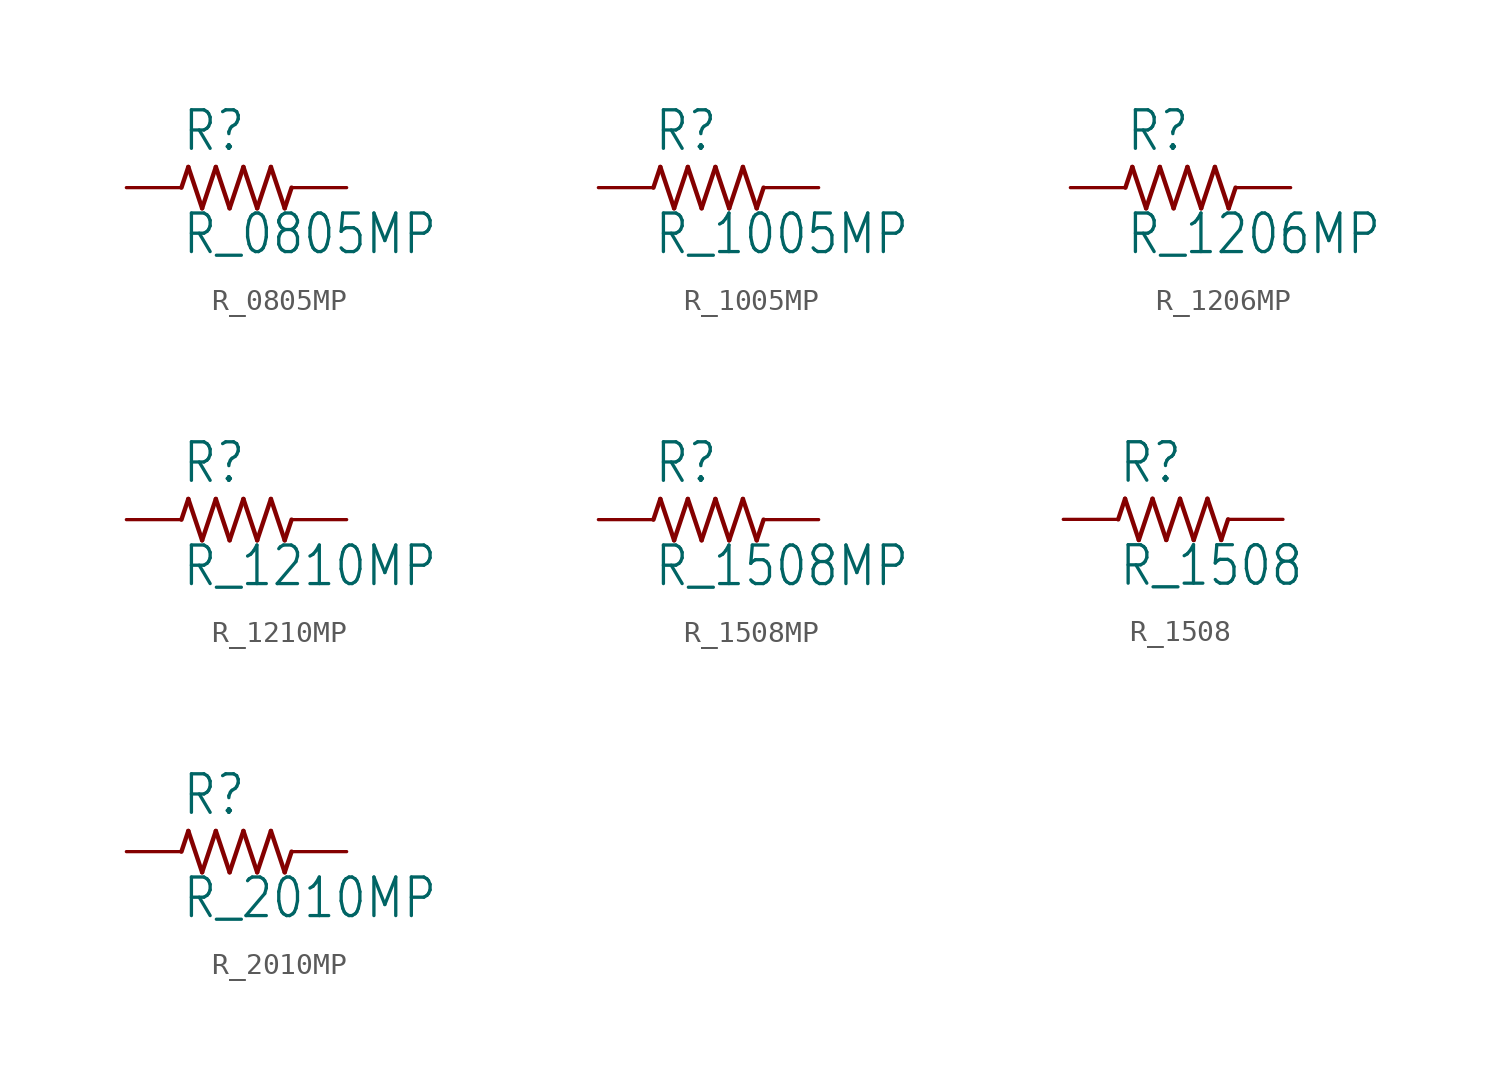
<source format=kicad_sym>
(kicad_symbol_lib
  (version 20211014)
  (generator kicad_symbol_editor)
  (symbol "R_0805MP"
    (property "Reference" "R"
      (at -2.54 1.587 0)
      (effects (font (size 1.778 1.511)) (justify left bottom)))
    (property "Value" "R_0805MP"
      (at -2.54 -3.175 0)
      (effects (font (size 1.778 1.511)) (justify left bottom)))
    (property "ki_locked" ""
      (at 0 0 0)
      (effects (font (size 1.27 1.27))))
    (symbol "R_0805MP_1_0"
      (polyline (pts (xy -2.54 0) (xy -2.223 0.953)) (stroke (width 0.203) (type default) (color 0 0 0 0)) (fill (type none)))
      (polyline (pts (xy -2.223 0.953) (xy -1.587 -0.953)) (stroke (width 0.203) (type default) (color 0 0 0 0)) (fill (type none)))
      (polyline (pts (xy -1.587 -0.953) (xy -0.953 0.953)) (stroke (width 0.203) (type default) (color 0 0 0 0)) (fill (type none)))
      (polyline (pts (xy -0.953 0.953) (xy -0.318 -0.953)) (stroke (width 0.203) (type default) (color 0 0 0 0)) (fill (type none)))
      (polyline (pts (xy -0.318 -0.953) (xy 0.318 0.953)) (stroke (width 0.203) (type default) (color 0 0 0 0)) (fill (type none)))
      (polyline (pts (xy 0.318 0.953) (xy 0.953 -0.953)) (stroke (width 0.203) (type default) (color 0 0 0 0)) (fill (type none)))
      (polyline (pts (xy 0.953 -0.953) (xy 1.587 0.953)) (stroke (width 0.203) (type default) (color 0 0 0 0)) (fill (type none)))
      (polyline (pts (xy 1.587 0.953) (xy 2.223 -0.953)) (stroke (width 0.203) (type default) (color 0 0 0 0)) (fill (type none)))
      (polyline (pts (xy 2.223 -0.953) (xy 2.54 0)) (stroke (width 0.203) (type default) (color 0 0 0 0)) (fill (type none)))
      (pin passive line (at -5.08 0 0) (length 2.54) (name "1" (effects (font (size 0 0)))) (number "1" (effects (font (size 0 0)))))
      (pin passive line (at 5.08 0 180) (length 2.54) (name "2" (effects (font (size 0 0)))) (number "2" (effects (font (size 0 0)))))))
  (symbol "R_1005MP"
    (property "Reference" "R"
      (at -2.54 1.587 0)
      (effects (font (size 1.778 1.511)) (justify left bottom)))
    (property "Value" "R_1005MP"
      (at -2.54 -3.175 0)
      (effects (font (size 1.778 1.511)) (justify left bottom)))
    (property "ki_locked" ""
      (at 0 0 0)
      (effects (font (size 1.27 1.27))))
    (symbol "R_1005MP_1_0"
      (polyline (pts (xy -2.54 0) (xy -2.223 0.953)) (stroke (width 0.203) (type default) (color 0 0 0 0)) (fill (type none)))
      (polyline (pts (xy -2.223 0.953) (xy -1.587 -0.953)) (stroke (width 0.203) (type default) (color 0 0 0 0)) (fill (type none)))
      (polyline (pts (xy -1.587 -0.953) (xy -0.953 0.953)) (stroke (width 0.203) (type default) (color 0 0 0 0)) (fill (type none)))
      (polyline (pts (xy -0.953 0.953) (xy -0.318 -0.953)) (stroke (width 0.203) (type default) (color 0 0 0 0)) (fill (type none)))
      (polyline (pts (xy -0.318 -0.953) (xy 0.318 0.953)) (stroke (width 0.203) (type default) (color 0 0 0 0)) (fill (type none)))
      (polyline (pts (xy 0.318 0.953) (xy 0.953 -0.953)) (stroke (width 0.203) (type default) (color 0 0 0 0)) (fill (type none)))
      (polyline (pts (xy 0.953 -0.953) (xy 1.587 0.953)) (stroke (width 0.203) (type default) (color 0 0 0 0)) (fill (type none)))
      (polyline (pts (xy 1.587 0.953) (xy 2.223 -0.953)) (stroke (width 0.203) (type default) (color 0 0 0 0)) (fill (type none)))
      (polyline (pts (xy 2.223 -0.953) (xy 2.54 0)) (stroke (width 0.203) (type default) (color 0 0 0 0)) (fill (type none)))
      (pin passive line (at -5.08 0 0) (length 2.54) (name "1" (effects (font (size 0 0)))) (number "1" (effects (font (size 0 0)))))
      (pin passive line (at 5.08 0 180) (length 2.54) (name "2" (effects (font (size 0 0)))) (number "2" (effects (font (size 0 0)))))))
  (symbol "R_1206MP"
    (property "Reference" "R"
      (at -2.54 1.587 0)
      (effects (font (size 1.778 1.511)) (justify left bottom)))
    (property "Value" "R_1206MP"
      (at -2.54 -3.175 0)
      (effects (font (size 1.778 1.511)) (justify left bottom)))
    (property "ki_locked" ""
      (at 0 0 0)
      (effects (font (size 1.27 1.27))))
    (symbol "R_1206MP_1_0"
      (polyline (pts (xy -2.54 0) (xy -2.223 0.953)) (stroke (width 0.203) (type default) (color 0 0 0 0)) (fill (type none)))
      (polyline (pts (xy -2.223 0.953) (xy -1.587 -0.953)) (stroke (width 0.203) (type default) (color 0 0 0 0)) (fill (type none)))
      (polyline (pts (xy -1.587 -0.953) (xy -0.953 0.953)) (stroke (width 0.203) (type default) (color 0 0 0 0)) (fill (type none)))
      (polyline (pts (xy -0.953 0.953) (xy -0.318 -0.953)) (stroke (width 0.203) (type default) (color 0 0 0 0)) (fill (type none)))
      (polyline (pts (xy -0.318 -0.953) (xy 0.318 0.953)) (stroke (width 0.203) (type default) (color 0 0 0 0)) (fill (type none)))
      (polyline (pts (xy 0.318 0.953) (xy 0.953 -0.953)) (stroke (width 0.203) (type default) (color 0 0 0 0)) (fill (type none)))
      (polyline (pts (xy 0.953 -0.953) (xy 1.587 0.953)) (stroke (width 0.203) (type default) (color 0 0 0 0)) (fill (type none)))
      (polyline (pts (xy 1.587 0.953) (xy 2.223 -0.953)) (stroke (width 0.203) (type default) (color 0 0 0 0)) (fill (type none)))
      (polyline (pts (xy 2.223 -0.953) (xy 2.54 0)) (stroke (width 0.203) (type default) (color 0 0 0 0)) (fill (type none)))
      (pin passive line (at -5.08 0 0) (length 2.54) (name "1" (effects (font (size 0 0)))) (number "1" (effects (font (size 0 0)))))
      (pin passive line (at 5.08 0 180) (length 2.54) (name "2" (effects (font (size 0 0)))) (number "2" (effects (font (size 0 0)))))))
  (symbol "R_1210MP"
    (property "Reference" "R"
      (at -2.54 1.587 0)
      (effects (font (size 1.778 1.511)) (justify left bottom)))
    (property "Value" "R_1210MP"
      (at -2.54 -3.175 0)
      (effects (font (size 1.778 1.511)) (justify left bottom)))
    (property "ki_locked" ""
      (at 0 0 0)
      (effects (font (size 1.27 1.27))))
    (symbol "R_1210MP_1_0"
      (polyline (pts (xy -2.54 0) (xy -2.223 0.953)) (stroke (width 0.203) (type default) (color 0 0 0 0)) (fill (type none)))
      (polyline (pts (xy -2.223 0.953) (xy -1.587 -0.953)) (stroke (width 0.203) (type default) (color 0 0 0 0)) (fill (type none)))
      (polyline (pts (xy -1.587 -0.953) (xy -0.953 0.953)) (stroke (width 0.203) (type default) (color 0 0 0 0)) (fill (type none)))
      (polyline (pts (xy -0.953 0.953) (xy -0.318 -0.953)) (stroke (width 0.203) (type default) (color 0 0 0 0)) (fill (type none)))
      (polyline (pts (xy -0.318 -0.953) (xy 0.318 0.953)) (stroke (width 0.203) (type default) (color 0 0 0 0)) (fill (type none)))
      (polyline (pts (xy 0.318 0.953) (xy 0.953 -0.953)) (stroke (width 0.203) (type default) (color 0 0 0 0)) (fill (type none)))
      (polyline (pts (xy 0.953 -0.953) (xy 1.587 0.953)) (stroke (width 0.203) (type default) (color 0 0 0 0)) (fill (type none)))
      (polyline (pts (xy 1.587 0.953) (xy 2.223 -0.953)) (stroke (width 0.203) (type default) (color 0 0 0 0)) (fill (type none)))
      (polyline (pts (xy 2.223 -0.953) (xy 2.54 0)) (stroke (width 0.203) (type default) (color 0 0 0 0)) (fill (type none)))
      (pin passive line (at -5.08 0 0) (length 2.54) (name "1" (effects (font (size 0 0)))) (number "1" (effects (font (size 0 0)))))
      (pin passive line (at 5.08 0 180) (length 2.54) (name "2" (effects (font (size 0 0)))) (number "2" (effects (font (size 0 0)))))))
  (symbol "R_1508MP"
    (property "Reference" "R"
      (at -2.54 1.587 0)
      (effects (font (size 1.778 1.511)) (justify left bottom)))
    (property "Value" "R_1508MP"
      (at -2.54 -3.175 0)
      (effects (font (size 1.778 1.511)) (justify left bottom)))
    (property "ki_locked" ""
      (at 0 0 0)
      (effects (font (size 1.27 1.27))))
    (symbol "R_1508MP_1_0"
      (polyline (pts (xy -2.54 0) (xy -2.223 0.953)) (stroke (width 0.203) (type default) (color 0 0 0 0)) (fill (type none)))
      (polyline (pts (xy -2.223 0.953) (xy -1.587 -0.953)) (stroke (width 0.203) (type default) (color 0 0 0 0)) (fill (type none)))
      (polyline (pts (xy -1.587 -0.953) (xy -0.953 0.953)) (stroke (width 0.203) (type default) (color 0 0 0 0)) (fill (type none)))
      (polyline (pts (xy -0.953 0.953) (xy -0.318 -0.953)) (stroke (width 0.203) (type default) (color 0 0 0 0)) (fill (type none)))
      (polyline (pts (xy -0.318 -0.953) (xy 0.318 0.953)) (stroke (width 0.203) (type default) (color 0 0 0 0)) (fill (type none)))
      (polyline (pts (xy 0.318 0.953) (xy 0.953 -0.953)) (stroke (width 0.203) (type default) (color 0 0 0 0)) (fill (type none)))
      (polyline (pts (xy 0.953 -0.953) (xy 1.587 0.953)) (stroke (width 0.203) (type default) (color 0 0 0 0)) (fill (type none)))
      (polyline (pts (xy 1.587 0.953) (xy 2.223 -0.953)) (stroke (width 0.203) (type default) (color 0 0 0 0)) (fill (type none)))
      (polyline (pts (xy 2.223 -0.953) (xy 2.54 0)) (stroke (width 0.203) (type default) (color 0 0 0 0)) (fill (type none)))
      (pin passive line (at -5.08 0 0) (length 2.54) (name "1" (effects (font (size 0 0)))) (number "1" (effects (font (size 0 0)))))
      (pin passive line (at 5.08 0 180) (length 2.54) (name "2" (effects (font (size 0 0)))) (number "2" (effects (font (size 0 0)))))))
  (symbol "R_1508"
    (property "Reference" "R"
      (at -2.54 1.587 0)
      (effects (font (size 1.778 1.511)) (justify left bottom)))
    (property "Value" "R_1508"
      (at -2.54 -3.175 0)
      (effects (font (size 1.778 1.511)) (justify left bottom)))
    (property "ki_locked" ""
      (at 0 0 0)
      (effects (font (size 1.27 1.27))))
    (symbol "R_1508_1_0"
      (polyline (pts (xy -2.54 0) (xy -2.223 0.953)) (stroke (width 0.203) (type default) (color 0 0 0 0)) (fill (type none)))
      (polyline (pts (xy -2.223 0.953) (xy -1.587 -0.953)) (stroke (width 0.203) (type default) (color 0 0 0 0)) (fill (type none)))
      (polyline (pts (xy -1.587 -0.953) (xy -0.953 0.953)) (stroke (width 0.203) (type default) (color 0 0 0 0)) (fill (type none)))
      (polyline (pts (xy -0.953 0.953) (xy -0.318 -0.953)) (stroke (width 0.203) (type default) (color 0 0 0 0)) (fill (type none)))
      (polyline (pts (xy -0.318 -0.953) (xy 0.318 0.953)) (stroke (width 0.203) (type default) (color 0 0 0 0)) (fill (type none)))
      (polyline (pts (xy 0.318 0.953) (xy 0.953 -0.953)) (stroke (width 0.203) (type default) (color 0 0 0 0)) (fill (type none)))
      (polyline (pts (xy 0.953 -0.953) (xy 1.587 0.953)) (stroke (width 0.203) (type default) (color 0 0 0 0)) (fill (type none)))
      (polyline (pts (xy 1.587 0.953) (xy 2.223 -0.953)) (stroke (width 0.203) (type default) (color 0 0 0 0)) (fill (type none)))
      (polyline (pts (xy 2.223 -0.953) (xy 2.54 0)) (stroke (width 0.203) (type default) (color 0 0 0 0)) (fill (type none)))
      (pin passive line (at -5.08 0 0) (length 2.54) (name "1" (effects (font (size 0 0)))) (number "1" (effects (font (size 0 0)))))
      (pin passive line (at 5.08 0 180) (length 2.54) (name "2" (effects (font (size 0 0)))) (number "2" (effects (font (size 0 0)))))))
  (symbol "R_2010MP"
    (property "Reference" "R"
      (at -2.54 1.587 0)
      (effects (font (size 1.778 1.511)) (justify left bottom)))
    (property "Value" "R_2010MP"
      (at -2.54 -3.175 0)
      (effects (font (size 1.778 1.511)) (justify left bottom)))
    (property "ki_locked" ""
      (at 0 0 0)
      (effects (font (size 1.27 1.27))))
    (symbol "R_2010MP_1_0"
      (polyline (pts (xy -2.54 0) (xy -2.223 0.953)) (stroke (width 0.203) (type default) (color 0 0 0 0)) (fill (type none)))
      (polyline (pts (xy -2.223 0.953) (xy -1.587 -0.953)) (stroke (width 0.203) (type default) (color 0 0 0 0)) (fill (type none)))
      (polyline (pts (xy -1.587 -0.953) (xy -0.953 0.953)) (stroke (width 0.203) (type default) (color 0 0 0 0)) (fill (type none)))
      (polyline (pts (xy -0.953 0.953) (xy -0.318 -0.953)) (stroke (width 0.203) (type default) (color 0 0 0 0)) (fill (type none)))
      (polyline (pts (xy -0.318 -0.953) (xy 0.318 0.953)) (stroke (width 0.203) (type default) (color 0 0 0 0)) (fill (type none)))
      (polyline (pts (xy 0.318 0.953) (xy 0.953 -0.953)) (stroke (width 0.203) (type default) (color 0 0 0 0)) (fill (type none)))
      (polyline (pts (xy 0.953 -0.953) (xy 1.587 0.953)) (stroke (width 0.203) (type default) (color 0 0 0 0)) (fill (type none)))
      (polyline (pts (xy 1.587 0.953) (xy 2.223 -0.953)) (stroke (width 0.203) (type default) (color 0 0 0 0)) (fill (type none)))
      (polyline (pts (xy 2.223 -0.953) (xy 2.54 0)) (stroke (width 0.203) (type default) (color 0 0 0 0)) (fill (type none)))
      (pin passive line (at -5.08 0 0) (length 2.54) (name "1" (effects (font (size 0 0)))) (number "1" (effects (font (size 0 0)))))
      (pin passive line (at 5.08 0 180) (length 2.54) (name "2" (effects (font (size 0 0)))) (number "2" (effects (font (size 0 0))))))))
</source>
